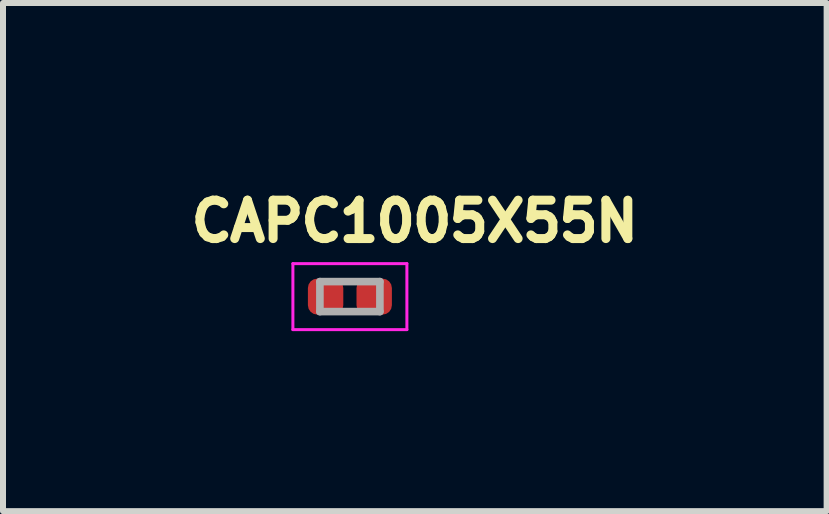
<source format=kicad_pcb>
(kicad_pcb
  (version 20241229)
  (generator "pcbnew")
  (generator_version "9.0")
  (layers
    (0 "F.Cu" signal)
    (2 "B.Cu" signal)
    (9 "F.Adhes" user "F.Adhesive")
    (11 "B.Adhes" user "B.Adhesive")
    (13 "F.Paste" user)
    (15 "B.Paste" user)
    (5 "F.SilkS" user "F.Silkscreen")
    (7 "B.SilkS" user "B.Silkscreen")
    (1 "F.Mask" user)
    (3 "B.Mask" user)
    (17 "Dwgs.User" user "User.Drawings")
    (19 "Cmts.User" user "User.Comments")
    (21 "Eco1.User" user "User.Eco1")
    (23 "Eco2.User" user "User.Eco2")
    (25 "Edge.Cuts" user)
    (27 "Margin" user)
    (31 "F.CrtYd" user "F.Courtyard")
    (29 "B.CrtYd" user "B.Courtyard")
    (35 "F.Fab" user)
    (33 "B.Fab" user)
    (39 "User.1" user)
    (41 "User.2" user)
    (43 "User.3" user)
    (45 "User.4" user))
  (footprint "CAPC1005X55N"
    (layer "F.Cu")
    (at 2.782 1.894)
    (property "Reference" "CAPC1005X55N" (at 1.082 -1.256 0) (layer "F.SilkS") (effects (font (size 0.64 0.64) (thickness 0.15))))
    (attr smd)
    (fp_line (start -0.95 -0.55) (end -0.95 0.55) (stroke (width 0.05) (type solid)) (layer "F.CrtYd"))
    (fp_line (start -0.95 0.55) (end 0.95 0.55) (stroke (width 0.05) (type solid)) (layer "F.CrtYd"))
    (fp_line (start 0.95 -0.55) (end -0.95 -0.55) (stroke (width 0.05) (type solid)) (layer "F.CrtYd"))
    (fp_line (start 0.95 0.55) (end 0.95 -0.55) (stroke (width 0.05) (type solid)) (layer "F.CrtYd"))
    (fp_line (start -0.5 -0.25) (end -0.5 0.25) (stroke (width 0.127) (type solid)) (layer "F.Fab"))
    (fp_line (start -0.5 0.25) (end 0.5 0.25) (stroke (width 0.127) (type solid)) (layer "F.Fab"))
    (fp_line (start 0.5 -0.25) (end -0.5 -0.25) (stroke (width 0.127) (type solid)) (layer "F.Fab"))
    (fp_line (start 0.5 0.25) (end 0.5 -0.25) (stroke (width 0.127) (type solid)) (layer "F.Fab"))
    (pad "1" smd roundrect (at -0.405 0) (size 0.59 0.6) (layers "F.Cu" "F.Mask" "F.Paste") (roundrect_rratio 0.265))
    (pad "2" smd roundrect (at 0.405 0) (size 0.59 0.6) (layers "F.Cu" "F.Mask" "F.Paste") (roundrect_rratio 0.265)))
  (gr_rect
    (start -3 -3)
    (end 10.728 5.469)
    (stroke (width 0.1) (type default))
    (fill no)
    (layer "Edge.Cuts")))
</source>
